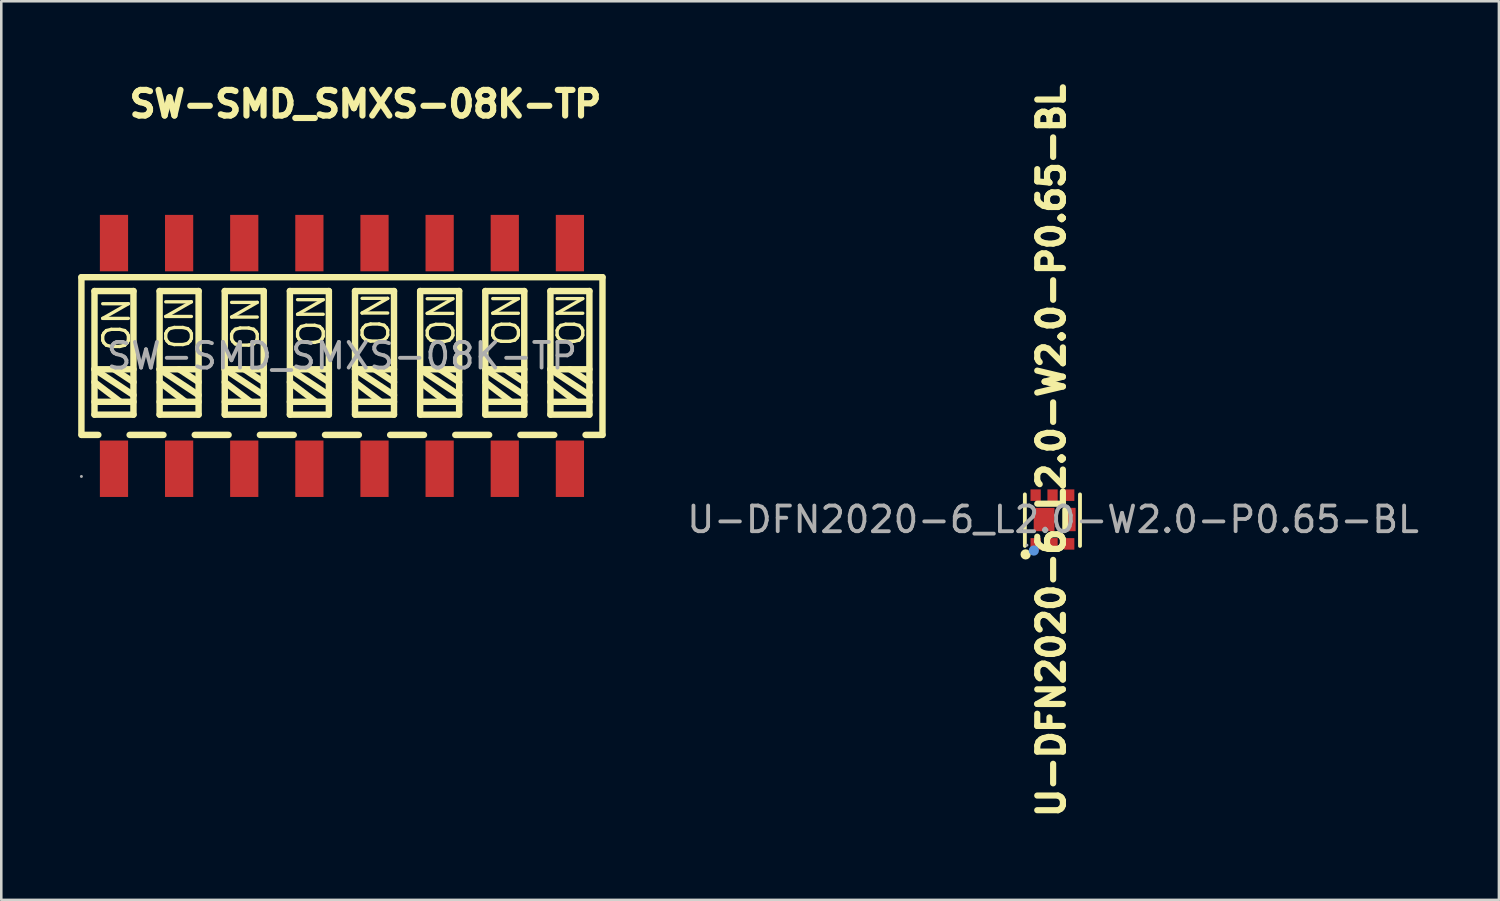
<source format=kicad_pcb>
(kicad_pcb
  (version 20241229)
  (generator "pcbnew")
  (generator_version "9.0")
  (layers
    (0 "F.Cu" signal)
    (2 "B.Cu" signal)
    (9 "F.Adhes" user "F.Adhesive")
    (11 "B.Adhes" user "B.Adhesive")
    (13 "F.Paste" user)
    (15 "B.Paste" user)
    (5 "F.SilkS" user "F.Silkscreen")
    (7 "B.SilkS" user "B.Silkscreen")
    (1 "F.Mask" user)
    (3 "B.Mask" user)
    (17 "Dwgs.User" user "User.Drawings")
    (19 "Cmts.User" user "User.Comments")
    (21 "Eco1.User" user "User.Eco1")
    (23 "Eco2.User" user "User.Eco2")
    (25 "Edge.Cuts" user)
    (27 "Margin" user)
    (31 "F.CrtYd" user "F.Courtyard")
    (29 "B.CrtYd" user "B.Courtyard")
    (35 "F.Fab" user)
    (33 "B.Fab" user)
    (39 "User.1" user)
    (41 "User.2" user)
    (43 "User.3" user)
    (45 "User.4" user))
  (footprint "U-DFN2020-6_L2.0-W2.0-P0.65-BL"
    (layer "F.Cu")
    (at 38.017 17.21)
    (property "Reference" "U-DFN2020-6_L2.0-W2.0-P0.65-BL" (at -0.067 -2.688 270) (layer "F.SilkS") (effects (font (size 1 1) (thickness 0.24))))
    (attr smd)
    (fp_line (start -1.1 1.03) (end -1.1 -0.98) (stroke (width 0.15) (type solid)) (layer "F.SilkS"))
    (fp_line (start 1.05 1.03) (end 1.05 -0.98) (stroke (width 0.15) (type solid)) (layer "F.SilkS"))
    (fp_circle (center -1.07 1.36) (end -0.97 1.36) (stroke (width 0.2) (type solid)) (fill no) (layer "F.SilkS"))
    (fp_circle (center -0.75 1.21) (end -0.65 1.21) (stroke (width 0.2) (type solid)) (fill no) (layer "Cmts.User"))
    (fp_circle (center -1.02 1) (end -0.99 1) (stroke (width 0.06) (type solid)) (fill no) (layer "F.Fab"))
    (fp_text user "${REFERENCE}" (at 0 0 0) (layer "F.Fab") (effects (font (size 1 1) (thickness 0.15))))
    (pad "1" smd rect (at -0.68 0.95) (size 0.4 0.45) (layers "F.Cu" "F.Mask" "F.Paste"))
    (pad "2" smd rect (at -0.02 0.95) (size 0.4 0.45) (layers "F.Cu" "F.Mask" "F.Paste"))
    (pad "3" smd rect (at 0.63 0.95) (size 0.4 0.45) (layers "F.Cu" "F.Mask" "F.Paste"))
    (pad "4" smd rect (at 0.63 -0.95) (size 0.4 0.45) (layers "F.Cu" "F.Mask" "F.Paste"))
    (pad "5" smd rect (at -0.02 -0.95) (size 0.4 0.45) (layers "F.Cu" "F.Mask" "F.Paste"))
    (pad "6" smd rect (at -0.68 -0.95) (size 0.4 0.45) (layers "F.Cu" "F.Mask" "F.Paste"))
    (pad "7" smd rect (at 0.68 0) (size 0.4 0.91) (layers "F.Cu" "F.Mask" "F.Paste"))
    (pad "8" smd rect (at -0.35 0) (size 0.81 0.91) (layers "F.Cu" "F.Mask" "F.Paste")))
  (footprint "SW-SMD_SMXS-08K-TP"
    (layer "F.Cu")
    (at 10.285 10.83)
    (property "Reference" "SW-SMD_SMXS-08K-TP" (at 0.919 -9.824 0) (layer "F.SilkS") (effects (font (size 1 1) (thickness 0.24))))
    (attr through_hole)
    (fp_line (start -10.16 -3.07) (end 10.16 -3.07) (stroke (width 0.25) (type solid)) (layer "F.SilkS"))
    (fp_line (start -10.16 3.08) (end -10.16 -3.07) (stroke (width 0.25) (type solid)) (layer "F.SilkS"))
    (fp_line (start -9.65 -2.53) (end -9.65 2.29) (stroke (width 0.25) (type solid)) (layer "F.SilkS"))
    (fp_line (start -9.65 0.52) (end -8.13 1.53) (stroke (width 0.25) (type solid)) (layer "F.SilkS"))
    (fp_line (start -9.65 1.02) (end -8.64 1.79) (stroke (width 0.25) (type solid)) (layer "F.SilkS"))
    (fp_line (start -9.65 1.79) (end -8.13 1.79) (stroke (width 0.25) (type solid)) (layer "F.SilkS"))
    (fp_line (start -9.65 2.29) (end -8.13 2.29) (stroke (width 0.25) (type solid)) (layer "F.SilkS"))
    (fp_line (start -9.5 3.08) (end -10.15 3.08) (stroke (width 0.25) (type solid)) (layer "F.SilkS"))
    (fp_line (start -8.89 0.52) (end -8.13 1.02) (stroke (width 0.25) (type solid)) (layer "F.SilkS"))
    (fp_line (start -8.13 -2.53) (end -9.65 -2.53) (stroke (width 0.25) (type solid)) (layer "F.SilkS"))
    (fp_line (start -8.13 0.52) (end -9.65 0.52) (stroke (width 0.25) (type solid)) (layer "F.SilkS"))
    (fp_line (start -8.13 2.29) (end -8.13 -2.53) (stroke (width 0.25) (type solid)) (layer "F.SilkS"))
    (fp_line (start -7.11 -2.53) (end -5.59 -2.53) (stroke (width 0.25) (type solid)) (layer "F.SilkS"))
    (fp_line (start -7.11 0.52) (end -5.59 0.52) (stroke (width 0.25) (type solid)) (layer "F.SilkS"))
    (fp_line (start -7.11 1.02) (end -6.1 1.79) (stroke (width 0.25) (type solid)) (layer "F.SilkS"))
    (fp_line (start -7.11 1.79) (end -5.59 1.79) (stroke (width 0.25) (type solid)) (layer "F.SilkS"))
    (fp_line (start -7.11 2.29) (end -7.11 -2.53) (stroke (width 0.25) (type solid)) (layer "F.SilkS"))
    (fp_line (start -6.96 3.08) (end -8.28 3.08) (stroke (width 0.25) (type solid)) (layer "F.SilkS"))
    (fp_line (start -6.35 0.52) (end -5.59 1.02) (stroke (width 0.25) (type solid)) (layer "F.SilkS"))
    (fp_line (start -5.59 -2.53) (end -5.59 2.29) (stroke (width 0.25) (type solid)) (layer "F.SilkS"))
    (fp_line (start -5.59 1.53) (end -7.11 0.52) (stroke (width 0.25) (type solid)) (layer "F.SilkS"))
    (fp_line (start -5.59 2.29) (end -7.11 2.29) (stroke (width 0.25) (type solid)) (layer "F.SilkS"))
    (fp_line (start -4.57 -2.53) (end -4.57 2.29) (stroke (width 0.25) (type solid)) (layer "F.SilkS"))
    (fp_line (start -4.57 0.52) (end -3.05 1.53) (stroke (width 0.25) (type solid)) (layer "F.SilkS"))
    (fp_line (start -4.57 1.02) (end -3.56 1.79) (stroke (width 0.25) (type solid)) (layer "F.SilkS"))
    (fp_line (start -4.57 1.79) (end -3.05 1.79) (stroke (width 0.25) (type solid)) (layer "F.SilkS"))
    (fp_line (start -4.57 2.29) (end -3.05 2.29) (stroke (width 0.25) (type solid)) (layer "F.SilkS"))
    (fp_line (start -4.42 3.08) (end -5.74 3.08) (stroke (width 0.25) (type solid)) (layer "F.SilkS"))
    (fp_line (start -3.81 0.52) (end -3.05 1.02) (stroke (width 0.25) (type solid)) (layer "F.SilkS"))
    (fp_line (start -3.05 -2.53) (end -4.57 -2.53) (stroke (width 0.25) (type solid)) (layer "F.SilkS"))
    (fp_line (start -3.05 0.52) (end -4.57 0.52) (stroke (width 0.25) (type solid)) (layer "F.SilkS"))
    (fp_line (start -3.05 2.29) (end -3.05 -2.53) (stroke (width 0.25) (type solid)) (layer "F.SilkS"))
    (fp_line (start -2.03 -2.53) (end -0.51 -2.53) (stroke (width 0.25) (type solid)) (layer "F.SilkS"))
    (fp_line (start -2.03 0.52) (end -0.51 0.52) (stroke (width 0.25) (type solid)) (layer "F.SilkS"))
    (fp_line (start -2.03 1.02) (end -1.02 1.79) (stroke (width 0.25) (type solid)) (layer "F.SilkS"))
    (fp_line (start -2.03 1.79) (end -0.51 1.79) (stroke (width 0.25) (type solid)) (layer "F.SilkS"))
    (fp_line (start -2.03 2.29) (end -2.03 -2.53) (stroke (width 0.25) (type solid)) (layer "F.SilkS"))
    (fp_line (start -1.88 3.08) (end -3.2 3.08) (stroke (width 0.25) (type solid)) (layer "F.SilkS"))
    (fp_line (start -1.27 0.52) (end -0.51 1.02) (stroke (width 0.25) (type solid)) (layer "F.SilkS"))
    (fp_line (start -0.51 -2.53) (end -0.51 2.29) (stroke (width 0.25) (type solid)) (layer "F.SilkS"))
    (fp_line (start -0.51 1.53) (end -2.03 0.52) (stroke (width 0.25) (type solid)) (layer "F.SilkS"))
    (fp_line (start -0.51 2.29) (end -2.03 2.29) (stroke (width 0.25) (type solid)) (layer "F.SilkS"))
    (fp_line (start 0.51 -2.53) (end 0.51 2.29) (stroke (width 0.25) (type solid)) (layer "F.SilkS"))
    (fp_line (start 0.51 0.52) (end 2.03 1.53) (stroke (width 0.25) (type solid)) (layer "F.SilkS"))
    (fp_line (start 0.51 1.02) (end 1.52 1.79) (stroke (width 0.25) (type solid)) (layer "F.SilkS"))
    (fp_line (start 0.51 1.79) (end 2.03 1.79) (stroke (width 0.25) (type solid)) (layer "F.SilkS"))
    (fp_line (start 0.51 2.29) (end 2.03 2.29) (stroke (width 0.25) (type solid)) (layer "F.SilkS"))
    (fp_line (start 0.66 3.08) (end -0.66 3.08) (stroke (width 0.25) (type solid)) (layer "F.SilkS"))
    (fp_line (start 1.27 0.52) (end 2.03 1.02) (stroke (width 0.25) (type solid)) (layer "F.SilkS"))
    (fp_line (start 2.03 -2.53) (end 0.51 -2.53) (stroke (width 0.25) (type solid)) (layer "F.SilkS"))
    (fp_line (start 2.03 0.52) (end 0.51 0.52) (stroke (width 0.25) (type solid)) (layer "F.SilkS"))
    (fp_line (start 2.03 2.29) (end 2.03 -2.53) (stroke (width 0.25) (type solid)) (layer "F.SilkS"))
    (fp_line (start 3.05 -2.53) (end 4.57 -2.53) (stroke (width 0.25) (type solid)) (layer "F.SilkS"))
    (fp_line (start 3.05 0.52) (end 4.57 0.52) (stroke (width 0.25) (type solid)) (layer "F.SilkS"))
    (fp_line (start 3.05 1.02) (end 4.06 1.79) (stroke (width 0.25) (type solid)) (layer "F.SilkS"))
    (fp_line (start 3.05 1.79) (end 4.57 1.79) (stroke (width 0.25) (type solid)) (layer "F.SilkS"))
    (fp_line (start 3.05 2.29) (end 3.05 -2.53) (stroke (width 0.25) (type solid)) (layer "F.SilkS"))
    (fp_line (start 3.2 3.08) (end 1.88 3.08) (stroke (width 0.25) (type solid)) (layer "F.SilkS"))
    (fp_line (start 3.81 0.52) (end 4.57 1.02) (stroke (width 0.25) (type solid)) (layer "F.SilkS"))
    (fp_line (start 4.57 -2.53) (end 4.57 2.29) (stroke (width 0.25) (type solid)) (layer "F.SilkS"))
    (fp_line (start 4.57 1.53) (end 3.05 0.52) (stroke (width 0.25) (type solid)) (layer "F.SilkS"))
    (fp_line (start 4.57 2.29) (end 3.05 2.29) (stroke (width 0.25) (type solid)) (layer "F.SilkS"))
    (fp_line (start 5.59 -2.53) (end 5.59 2.29) (stroke (width 0.25) (type solid)) (layer "F.SilkS"))
    (fp_line (start 5.59 0.52) (end 7.11 1.53) (stroke (width 0.25) (type solid)) (layer "F.SilkS"))
    (fp_line (start 5.59 1.02) (end 6.6 1.79) (stroke (width 0.25) (type solid)) (layer "F.SilkS"))
    (fp_line (start 5.59 1.79) (end 7.11 1.79) (stroke (width 0.25) (type solid)) (layer "F.SilkS"))
    (fp_line (start 5.59 2.29) (end 7.11 2.29) (stroke (width 0.25) (type solid)) (layer "F.SilkS"))
    (fp_line (start 5.74 3.08) (end 4.42 3.08) (stroke (width 0.25) (type solid)) (layer "F.SilkS"))
    (fp_line (start 6.35 0.52) (end 7.11 1.02) (stroke (width 0.25) (type solid)) (layer "F.SilkS"))
    (fp_line (start 7.11 -2.53) (end 5.59 -2.53) (stroke (width 0.25) (type solid)) (layer "F.SilkS"))
    (fp_line (start 7.11 0.52) (end 5.59 0.52) (stroke (width 0.25) (type solid)) (layer "F.SilkS"))
    (fp_line (start 7.11 2.29) (end 7.11 -2.53) (stroke (width 0.25) (type solid)) (layer "F.SilkS"))
    (fp_line (start 8.13 -2.53) (end 9.65 -2.53) (stroke (width 0.25) (type solid)) (layer "F.SilkS"))
    (fp_line (start 8.13 0.52) (end 9.65 0.52) (stroke (width 0.25) (type solid)) (layer "F.SilkS"))
    (fp_line (start 8.13 1.02) (end 9.14 1.79) (stroke (width 0.25) (type solid)) (layer "F.SilkS"))
    (fp_line (start 8.13 1.79) (end 9.65 1.79) (stroke (width 0.25) (type solid)) (layer "F.SilkS"))
    (fp_line (start 8.13 2.29) (end 8.13 -2.53) (stroke (width 0.25) (type solid)) (layer "F.SilkS"))
    (fp_line (start 8.28 3.08) (end 6.96 3.08) (stroke (width 0.25) (type solid)) (layer "F.SilkS"))
    (fp_line (start 8.89 0.52) (end 9.65 1.02) (stroke (width 0.25) (type solid)) (layer "F.SilkS"))
    (fp_line (start 9.65 -2.53) (end 9.65 2.29) (stroke (width 0.25) (type solid)) (layer "F.SilkS"))
    (fp_line (start 9.65 1.53) (end 8.13 0.52) (stroke (width 0.25) (type solid)) (layer "F.SilkS"))
    (fp_line (start 9.65 2.29) (end 8.13 2.29) (stroke (width 0.25) (type solid)) (layer "F.SilkS"))
    (fp_line (start 10.16 -3.07) (end 10.16 3.08) (stroke (width 0.25) (type solid)) (layer "F.SilkS"))
    (fp_line (start 10.16 3.08) (end 9.5 3.08) (stroke (width 0.25) (type solid)) (layer "F.SilkS"))
    (fp_circle (center -10.16 4.7) (end -10.13 4.7) (stroke (width 0.06) (type solid)) (fill no) (layer "F.Fab"))
    (fp_text user "ON" (at -6.327 -0.167 270) (layer "F.SilkS") (effects (font (size 1 1) (thickness 0.13)) (justify left)))
    (fp_text user "ON" (at -8.785 -0.093 270) (layer "F.SilkS") (effects (font (size 1 1) (thickness 0.13)) (justify left)))
    (fp_text user "ON" (at -3.759 -0.145 270) (layer "F.SilkS") (effects (font (size 1 1) (thickness 0.13)) (justify left)))
    (fp_text user "ON" (at 8.935 -0.293 270) (layer "F.SilkS") (effects (font (size 1 1) (thickness 0.13)) (justify left)))
    (fp_text user "ON" (at -1.186 -0.252 270) (layer "F.SilkS") (effects (font (size 1 1) (thickness 0.13)) (justify left)))
    (fp_text user "ON" (at 3.87 -0.288 270) (layer "F.SilkS") (effects (font (size 1 1) (thickness 0.13)) (justify left)))
    (fp_text user "ON" (at 1.329 -0.302 270) (layer "F.SilkS") (effects (font (size 1 1) (thickness 0.13)) (justify left)))
    (fp_text user "ON" (at 6.425 -0.293 270) (layer "F.SilkS") (effects (font (size 1 1) (thickness 0.13)) (justify left)))
    (fp_text user "${REFERENCE}" (at 0 0 0) (layer "F.Fab") (effects (font (size 1 1) (thickness 0.15))))
    (pad "1" smd rect (at -8.89 4.4) (size 1.1 2.2) (layers "F.Cu" "F.Mask" "F.Paste"))
    (pad "2" smd rect (at -6.35 4.4) (size 1.1 2.2) (layers "F.Cu" "F.Mask" "F.Paste"))
    (pad "3" smd rect (at -3.81 4.4) (size 1.1 2.2) (layers "F.Cu" "F.Mask" "F.Paste"))
    (pad "4" smd rect (at -1.27 4.4) (size 1.1 2.2) (layers "F.Cu" "F.Mask" "F.Paste"))
    (pad "5" smd rect (at 1.27 4.4) (size 1.1 2.2) (layers "F.Cu" "F.Mask" "F.Paste"))
    (pad "6" smd rect (at 3.81 4.4) (size 1.1 2.2) (layers "F.Cu" "F.Mask" "F.Paste"))
    (pad "7" smd rect (at 6.35 4.4) (size 1.1 2.2) (layers "F.Cu" "F.Mask" "F.Paste"))
    (pad "8" smd rect (at 8.89 4.4) (size 1.1 2.2) (layers "F.Cu" "F.Mask" "F.Paste"))
    (pad "9" smd rect (at 8.89 -4.4) (size 1.1 2.2) (layers "F.Cu" "F.Mask" "F.Paste"))
    (pad "10" smd rect (at 6.35 -4.4) (size 1.1 2.2) (layers "F.Cu" "F.Mask" "F.Paste"))
    (pad "11" smd rect (at 3.81 -4.4) (size 1.1 2.2) (layers "F.Cu" "F.Mask" "F.Paste"))
    (pad "12" smd rect (at 1.27 -4.4) (size 1.1 2.2) (layers "F.Cu" "F.Mask" "F.Paste"))
    (pad "13" smd rect (at -1.27 -4.4) (size 1.1 2.2) (layers "F.Cu" "F.Mask" "F.Paste"))
    (pad "14" smd rect (at -3.81 -4.4) (size 1.1 2.2) (layers "F.Cu" "F.Mask" "F.Paste"))
    (pad "15" smd rect (at -6.35 -4.4) (size 1.1 2.2) (layers "F.Cu" "F.Mask" "F.Paste"))
    (pad "16" smd rect (at -8.89 -4.4) (size 1.1 2.2) (layers "F.Cu" "F.Mask" "F.Paste")))
  (gr_rect
    (start -3 -3)
    (end 55.404 32.044)
    (stroke (width 0.1) (type default))
    (fill no)
    (layer "Edge.Cuts")))
</source>
